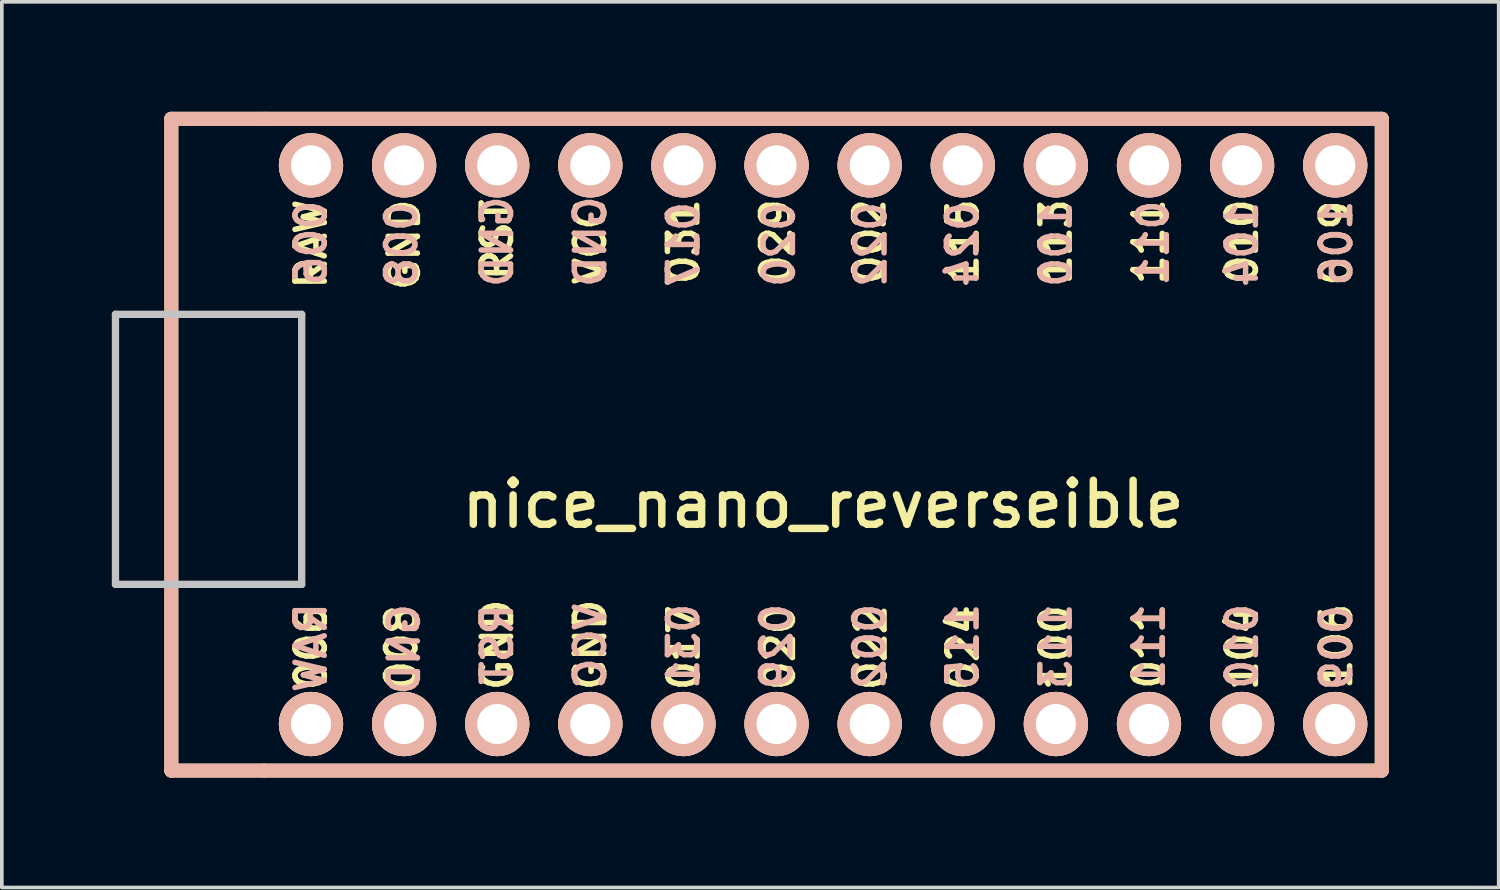
<source format=kicad_pcb>
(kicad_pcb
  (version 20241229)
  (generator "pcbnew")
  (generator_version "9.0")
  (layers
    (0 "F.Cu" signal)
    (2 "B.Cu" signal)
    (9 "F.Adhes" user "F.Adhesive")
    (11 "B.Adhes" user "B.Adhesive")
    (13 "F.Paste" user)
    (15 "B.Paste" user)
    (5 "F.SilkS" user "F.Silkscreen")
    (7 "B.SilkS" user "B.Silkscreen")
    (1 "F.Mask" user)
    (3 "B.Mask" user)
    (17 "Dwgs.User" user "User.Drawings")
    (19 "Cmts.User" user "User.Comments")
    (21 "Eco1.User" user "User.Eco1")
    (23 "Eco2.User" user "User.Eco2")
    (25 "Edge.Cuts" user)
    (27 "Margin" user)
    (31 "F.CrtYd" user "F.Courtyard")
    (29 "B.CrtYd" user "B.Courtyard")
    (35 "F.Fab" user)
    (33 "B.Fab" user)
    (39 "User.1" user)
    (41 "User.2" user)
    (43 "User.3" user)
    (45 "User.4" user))
  (footprint "nice_nano_reverseible"
    (layer "F.Cu")
    (at 19.404 9.081)
    (property "Reference" "nice_nano_reverseible" (at 0 1.625 0) (layer "F.SilkS") (effects (font (size 1.2 1.2) (thickness 0.203))))
    (attr through_hole)
    (fp_line (start -17.78 -8.89) (end -17.78 8.89) (stroke (width 0.381) (type solid)) (layer "F.SilkS"))
    (fp_line (start -17.78 8.89) (end -15.24 8.89) (stroke (width 0.381) (type solid)) (layer "F.SilkS"))
    (fp_line (start -15.24 -8.89) (end -17.78 -8.89) (stroke (width 0.381) (type solid)) (layer "F.SilkS"))
    (fp_line (start -15.24 8.89) (end 15.24 8.89) (stroke (width 0.381) (type solid)) (layer "F.SilkS"))
    (fp_line (start 15.24 -8.89) (end -15.24 -8.89) (stroke (width 0.381) (type solid)) (layer "F.SilkS"))
    (fp_line (start 15.24 8.89) (end 15.24 -8.89) (stroke (width 0.381) (type solid)) (layer "F.SilkS"))
    (fp_line (start -17.78 -8.89) (end -17.78 8.89) (stroke (width 0.381) (type solid)) (layer "B.SilkS"))
    (fp_line (start -17.78 8.89) (end 15.24 8.89) (stroke (width 0.381) (type solid)) (layer "B.SilkS"))
    (fp_line (start 15.24 -8.89) (end -17.78 -8.89) (stroke (width 0.381) (type solid)) (layer "B.SilkS"))
    (fp_line (start 15.24 8.89) (end 15.24 -8.89) (stroke (width 0.381) (type solid)) (layer "B.SilkS"))
    (fp_line (start -19.304 -3.556) (end -14.224 -3.556) (stroke (width 0.2) (type solid)) (layer "Dwgs.User"))
    (fp_line (start -19.304 3.81) (end -19.304 -3.556) (stroke (width 0.2) (type solid)) (layer "Dwgs.User"))
    (fp_line (start -14.224 -3.556) (end -14.224 3.81) (stroke (width 0.2) (type solid)) (layer "Dwgs.User"))
    (fp_line (start -14.224 3.81) (end -19.304 3.81) (stroke (width 0.2) (type solid)) (layer "Dwgs.User"))
    (fp_text user "100" (at 6.35 5.537 90) (layer "F.SilkS") (effects (font (size 0.8 0.8) (thickness 0.15))))
    (fp_text user "115" (at 3.81 -5.537 90) (layer "F.SilkS") (effects (font (size 0.8 0.8) (thickness 0.15))))
    (fp_text user "008" (at -11.5 5.537 90) (layer "F.SilkS") (effects (font (size 0.8 0.8) (thickness 0.15))))
    (fp_text user "VCC" (at -6.35 -5.537 90) (layer "F.SilkS") (effects (font (size 0.8 0.8) (thickness 0.15))))
    (fp_text user "011" (at 8.89 5.5 90) (layer "F.SilkS") (effects (font (size 0.8 0.8) (thickness 0.15))))
    (fp_text user "111" (at 8.89 -5.537 90) (layer "F.SilkS") (effects (font (size 0.8 0.8) (thickness 0.15))))
    (fp_text user "113" (at 6.35 -5.537 90) (layer "F.SilkS") (effects (font (size 0.8 0.8) (thickness 0.15))))
    (fp_text user "029" (at -1.27 -5.537 90) (layer "F.SilkS") (effects (font (size 0.8 0.8) (thickness 0.15))))
    (fp_text user "006" (at -13.97 5.537 90) (layer "F.SilkS") (effects (font (size 0.8 0.8) (thickness 0.15))))
    (fp_text user "GND" (at -11.43 -5.455 90) (layer "F.SilkS") (effects (font (size 0.8 0.8) (thickness 0.15))))
    (fp_text user "GND" (at -6.35 5.461 90) (layer "F.SilkS") (effects (font (size 0.8 0.8) (thickness 0.15))))
    (fp_text user "106" (at 14 5.5 90) (layer "F.SilkS") (effects (font (size 0.8 0.8) (thickness 0.15))))
    (fp_text user "104" (at 11.43 5.537 90) (layer "F.SilkS") (effects (font (size 0.8 0.8) (thickness 0.15))))
    (fp_text user "010" (at 11.43 -5.537 90) (layer "F.SilkS") (effects (font (size 0.8 0.8) (thickness 0.15))))
    (fp_text user "009" (at 14 -5.5 90) (layer "F.SilkS") (effects (font (size 0.8 0.8) (thickness 0.15))))
    (fp_text user "020" (at -1.2 5.537 90) (layer "F.SilkS") (effects (font (size 0.8 0.8) (thickness 0.15))))
    (fp_text user "031" (at -3.81 -5.537 90) (layer "F.SilkS") (effects (font (size 0.8 0.8) (thickness 0.15))))
    (fp_text user "RAW" (at -13.97 -5.474 90) (layer "F.SilkS") (effects (font (size 0.8 0.8) (thickness 0.15))))
    (fp_text user "GND" (at -8.89 5.461 90) (layer "F.SilkS") (effects (font (size 0.8 0.8) (thickness 0.15))))
    (fp_text user "002" (at 1.27 -5.537 90) (layer "F.SilkS") (effects (font (size 0.8 0.8) (thickness 0.15))))
    (fp_text user "022" (at 1.3 5.537 90) (layer "F.SilkS") (effects (font (size 0.8 0.8) (thickness 0.15))))
    (fp_text user "024" (at 3.81 5.537 90) (layer "F.SilkS") (effects (font (size 0.8 0.8) (thickness 0.15))))
    (fp_text user "RST" (at -8.89 -5.588 90) (layer "F.SilkS") (effects (font (size 0.8 0.8) (thickness 0.15))))
    (fp_text user "017" (at -3.8 5.537 90) (layer "F.SilkS") (effects (font (size 0.8 0.8) (thickness 0.15))))
    (fp_text user "GND" (at -6.35 -5.539 90) (layer "B.SilkS") (effects (font (size 0.8 0.8) (thickness 0.15)) (justify mirror)))
    (fp_text user "020" (at -1.2 -5.463 90) (layer "B.SilkS") (effects (font (size 0.8 0.8) (thickness 0.15)) (justify mirror)))
    (fp_text user "113" (at 6.35 5.5 90) (layer "B.SilkS") (effects (font (size 0.8 0.8) (thickness 0.15)) (justify mirror)))
    (fp_text user "104" (at 11.43 -5.463 90) (layer "B.SilkS") (effects (font (size 0.8 0.8) (thickness 0.15)) (justify mirror)))
    (fp_text user "017" (at -3.81 -5.463 90) (layer "B.SilkS") (effects (font (size 0.8 0.8) (thickness 0.15)) (justify mirror)))
    (fp_text user "002" (at 1.27 5.5 90) (layer "B.SilkS") (effects (font (size 0.8 0.8) (thickness 0.15)) (justify mirror)))
    (fp_text user "006" (at -13.97 -5.5 90) (layer "B.SilkS") (effects (font (size 0.8 0.8) (thickness 0.15)) (justify mirror)))
    (fp_text user "011" (at 9 -5.5 90) (layer "B.SilkS") (effects (font (size 0.8 0.8) (thickness 0.15)) (justify mirror)))
    (fp_text user "010" (at 11.43 5.5 90) (layer "B.SilkS") (effects (font (size 0.8 0.8) (thickness 0.15)) (justify mirror)))
    (fp_text user "115" (at 3.81 5.5 90) (layer "B.SilkS") (effects (font (size 0.8 0.8) (thickness 0.15)) (justify mirror)))
    (fp_text user "106" (at 14 -5.5 90) (layer "B.SilkS") (effects (font (size 0.8 0.8) (thickness 0.15)) (justify mirror)))
    (fp_text user "029" (at -1.27 5.5 90) (layer "B.SilkS") (effects (font (size 0.8 0.8) (thickness 0.15)) (justify mirror)))
    (fp_text user "100" (at 6.35 -5.463 90) (layer "B.SilkS") (effects (font (size 0.8 0.8) (thickness 0.15)) (justify mirror)))
    (fp_text user "008" (at -11.5 -5.463 90) (layer "B.SilkS") (effects (font (size 0.8 0.8) (thickness 0.15)) (justify mirror)))
    (fp_text user "111" (at 8.89 5.5 90) (layer "B.SilkS") (effects (font (size 0.8 0.8) (thickness 0.15)) (justify mirror)))
    (fp_text user "031" (at -3.81 5.5 90) (layer "B.SilkS") (effects (font (size 0.8 0.8) (thickness 0.15)) (justify mirror)))
    (fp_text user "VCC" (at -6.35 5.5 90) (layer "B.SilkS") (effects (font (size 0.8 0.8) (thickness 0.15)) (justify mirror)))
    (fp_text user "GND" (at -8.89 -5.539 90) (layer "B.SilkS") (effects (font (size 0.8 0.8) (thickness 0.15)) (justify mirror)))
    (fp_text user "024" (at 3.8 -5.463 90) (layer "B.SilkS") (effects (font (size 0.8 0.8) (thickness 0.15)) (justify mirror)))
    (fp_text user "RST" (at -8.89 5.449 90) (layer "B.SilkS") (effects (font (size 0.8 0.8) (thickness 0.15)) (justify mirror)))
    (fp_text user "GND" (at -11.43 5.583 90) (layer "B.SilkS") (effects (font (size 0.8 0.8) (thickness 0.15)) (justify mirror)))
    (fp_text user "009" (at 14 5.537 90) (layer "B.SilkS") (effects (font (size 0.8 0.8) (thickness 0.15)) (justify mirror)))
    (fp_text user "RAW" (at -13.97 5.537 90) (layer "B.SilkS") (effects (font (size 0.8 0.8) (thickness 0.15)) (justify mirror)))
    (fp_text user "022" (at 1.3 -5.463 90) (layer "B.SilkS") (effects (font (size 0.8 0.8) (thickness 0.15)) (justify mirror)))
    (pad "1" thru_hole circle (at -13.97 7.62) (size 1.753 1.753) (drill 1.092) (layers "*.Cu" "*.SilkS" "*.Mask"))
    (pad "2" thru_hole circle (at -11.43 7.62) (size 1.753 1.753) (drill 1.092) (layers "*.Cu" "*.SilkS" "*.Mask"))
    (pad "3" thru_hole circle (at -8.89 7.62) (size 1.753 1.753) (drill 1.092) (layers "*.Cu" "*.SilkS" "*.Mask"))
    (pad "4" thru_hole circle (at -6.35 7.62) (size 1.753 1.753) (drill 1.092) (layers "*.Cu" "*.SilkS" "*.Mask"))
    (pad "5" thru_hole circle (at -3.81 7.62) (size 1.753 1.753) (drill 1.092) (layers "*.Cu" "*.SilkS" "*.Mask"))
    (pad "6" thru_hole circle (at -1.27 7.62) (size 1.753 1.753) (drill 1.092) (layers "*.Cu" "*.SilkS" "*.Mask"))
    (pad "7" thru_hole circle (at 1.27 7.62) (size 1.753 1.753) (drill 1.092) (layers "*.Cu" "*.SilkS" "*.Mask"))
    (pad "8" thru_hole circle (at 3.81 7.62) (size 1.753 1.753) (drill 1.092) (layers "*.Cu" "*.SilkS" "*.Mask"))
    (pad "9" thru_hole circle (at 6.35 7.62) (size 1.753 1.753) (drill 1.092) (layers "*.Cu" "*.SilkS" "*.Mask"))
    (pad "10" thru_hole circle (at 8.89 7.62) (size 1.753 1.753) (drill 1.092) (layers "*.Cu" "*.SilkS" "*.Mask"))
    (pad "11" thru_hole circle (at 11.43 7.62) (size 1.753 1.753) (drill 1.092) (layers "*.Cu" "*.SilkS" "*.Mask"))
    (pad "12" thru_hole circle (at 13.97 7.62) (size 1.753 1.753) (drill 1.092) (layers "*.Cu" "*.SilkS" "*.Mask"))
    (pad "13" thru_hole circle (at 13.97 -7.62) (size 1.753 1.753) (drill 1.092) (layers "*.Cu" "*.SilkS" "*.Mask"))
    (pad "14" thru_hole circle (at 11.43 -7.62) (size 1.753 1.753) (drill 1.092) (layers "*.Cu" "*.SilkS" "*.Mask"))
    (pad "15" thru_hole circle (at 8.89 -7.62) (size 1.753 1.753) (drill 1.092) (layers "*.Cu" "*.SilkS" "*.Mask"))
    (pad "16" thru_hole circle (at 6.35 -7.62) (size 1.753 1.753) (drill 1.092) (layers "*.Cu" "*.SilkS" "*.Mask"))
    (pad "17" thru_hole circle (at 3.81 -7.62) (size 1.753 1.753) (drill 1.092) (layers "*.Cu" "*.SilkS" "*.Mask"))
    (pad "18" thru_hole circle (at 1.27 -7.62) (size 1.753 1.753) (drill 1.092) (layers "*.Cu" "*.SilkS" "*.Mask"))
    (pad "19" thru_hole circle (at -1.27 -7.62) (size 1.753 1.753) (drill 1.092) (layers "*.Cu" "*.SilkS" "*.Mask"))
    (pad "20" thru_hole circle (at -3.81 -7.62) (size 1.753 1.753) (drill 1.092) (layers "*.Cu" "*.SilkS" "*.Mask"))
    (pad "21" thru_hole circle (at -6.35 -7.62) (size 1.753 1.753) (drill 1.092) (layers "*.Cu" "*.SilkS" "*.Mask"))
    (pad "22" thru_hole circle (at -8.89 -7.62) (size 1.753 1.753) (drill 1.092) (layers "*.Cu" "*.SilkS" "*.Mask"))
    (pad "23" thru_hole circle (at -11.43 -7.62) (size 1.753 1.753) (drill 1.092) (layers "*.Cu" "*.SilkS" "*.Mask"))
    (pad "24" thru_hole circle (at -13.97 -7.62) (size 1.753 1.753) (drill 1.092) (layers "*.Cu" "*.SilkS" "*.Mask")))
  (gr_rect
    (start -3 -3)
    (end 37.834 21.161)
    (stroke (width 0.1) (type default))
    (fill no)
    (layer "Edge.Cuts")))
</source>
